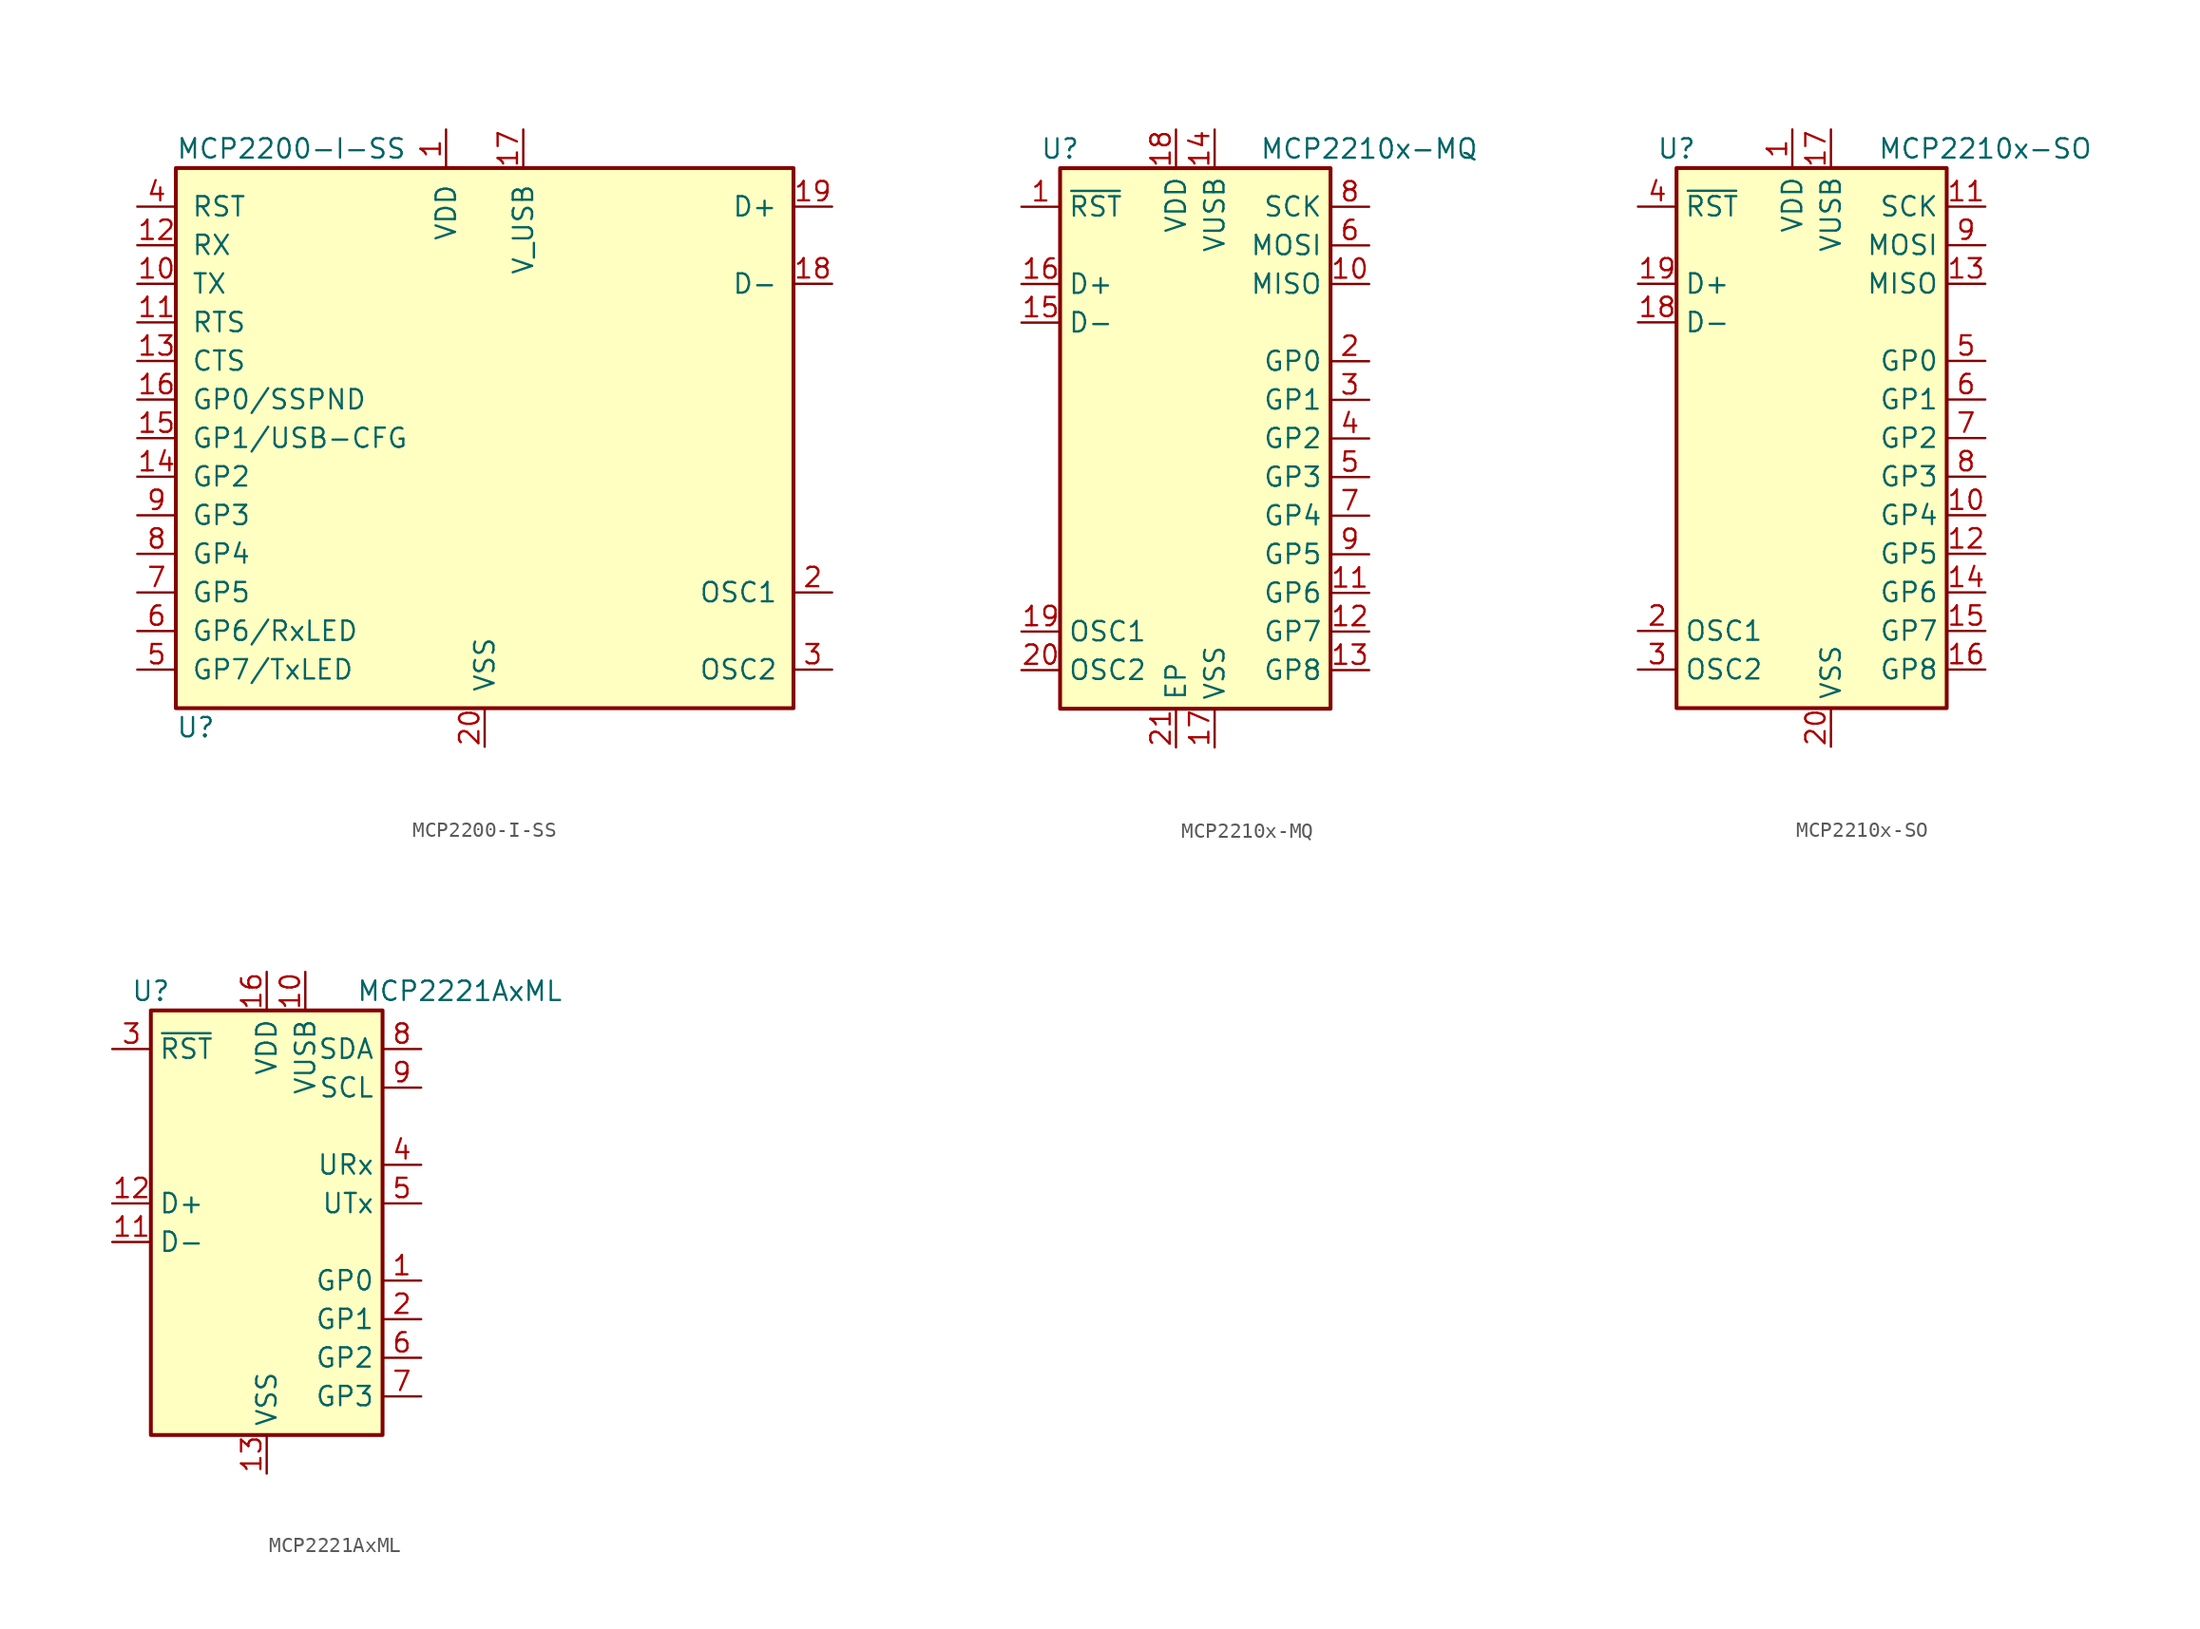
<source format=kicad_sym>
(kicad_symbol_lib
  (version 20241209)
  (generator "kicad_symbol_editor")
  (generator_version "9.0")
  (symbol "MCP2200-I-SS"
    (pin_names
      (offset 1.016))
    (property "Reference" "U"
      (at -20.32 -19.05 0)
      (effects (font (size 1.27 1.27)) (justify left)))
    (property "Value" "MCP2200-I-SS"
      (at -20.32 19.05 0)
      (effects (font (size 1.27 1.27)) (justify left)))
    (symbol "MCP2200-I-SS_0_1"
      (rectangle (start -20.32 17.78) (end 20.32 -17.78) (stroke (width 0.254) (type default)) (fill (type background))))
    (symbol "MCP2200-I-SS_1_1"
      (pin input line (at -22.86 15.24 0) (length 2.54) (name "RST" (effects (font (size 1.27 1.27)))) (number "4" (effects (font (size 1.27 1.27)))))
      (pin input line (at -22.86 12.7 0) (length 2.54) (name "RX" (effects (font (size 1.27 1.27)))) (number "12" (effects (font (size 1.27 1.27)))))
      (pin output line (at -22.86 10.16 0) (length 2.54) (name "TX" (effects (font (size 1.27 1.27)))) (number "10" (effects (font (size 1.27 1.27)))))
      (pin output line (at -22.86 7.62 0) (length 2.54) (name "RTS" (effects (font (size 1.27 1.27)))) (number "11" (effects (font (size 1.27 1.27)))))
      (pin input line (at -22.86 5.08 0) (length 2.54) (name "CTS" (effects (font (size 1.27 1.27)))) (number "13" (effects (font (size 1.27 1.27)))))
      (pin bidirectional line (at -22.86 2.54 0) (length 2.54) (name "GP0/SSPND" (effects (font (size 1.27 1.27)))) (number "16" (effects (font (size 1.27 1.27)))))
      (pin bidirectional line (at -22.86 0 0) (length 2.54) (name "GP1/USB-CFG" (effects (font (size 1.27 1.27)))) (number "15" (effects (font (size 1.27 1.27)))))
      (pin bidirectional line (at -22.86 -2.54 0) (length 2.54) (name "GP2" (effects (font (size 1.27 1.27)))) (number "14" (effects (font (size 1.27 1.27)))))
      (pin bidirectional line (at -22.86 -5.08 0) (length 2.54) (name "GP3" (effects (font (size 1.27 1.27)))) (number "9" (effects (font (size 1.27 1.27)))))
      (pin bidirectional line (at -22.86 -7.62 0) (length 2.54) (name "GP4" (effects (font (size 1.27 1.27)))) (number "8" (effects (font (size 1.27 1.27)))))
      (pin bidirectional line (at -22.86 -10.16 0) (length 2.54) (name "GP5" (effects (font (size 1.27 1.27)))) (number "7" (effects (font (size 1.27 1.27)))))
      (pin bidirectional line (at -22.86 -12.7 0) (length 2.54) (name "GP6/RxLED" (effects (font (size 1.27 1.27)))) (number "6" (effects (font (size 1.27 1.27)))))
      (pin bidirectional line (at -22.86 -15.24 0) (length 2.54) (name "GP7/TxLED" (effects (font (size 1.27 1.27)))) (number "5" (effects (font (size 1.27 1.27)))))
      (pin power_in line (at -2.54 20.32 270) (length 2.54) (name "VDD" (effects (font (size 1.27 1.27)))) (number "1" (effects (font (size 1.27 1.27)))))
      (pin power_in line (at 0 -20.32 90) (length 2.54) (name "VSS" (effects (font (size 1.27 1.27)))) (number "20" (effects (font (size 1.27 1.27)))))
      (pin power_in line (at 2.54 20.32 270) (length 2.54) (name "V_USB" (effects (font (size 1.27 1.27)))) (number "17" (effects (font (size 1.27 1.27)))))
      (pin bidirectional line (at 22.86 15.24 180) (length 2.54) (name "D+" (effects (font (size 1.27 1.27)))) (number "19" (effects (font (size 1.27 1.27)))))
      (pin bidirectional line (at 22.86 10.16 180) (length 2.54) (name "D-" (effects (font (size 1.27 1.27)))) (number "18" (effects (font (size 1.27 1.27)))))
      (pin input line (at 22.86 -10.16 180) (length 2.54) (name "OSC1" (effects (font (size 1.27 1.27)))) (number "2" (effects (font (size 1.27 1.27)))))
      (pin output line (at 22.86 -15.24 180) (length 2.54) (name "OSC2" (effects (font (size 1.27 1.27)))) (number "3" (effects (font (size 1.27 1.27)))))))
  (symbol "MCP2210x-MQ"
    (property "Reference" "U"
      (at -10.16 19.05 0)
      (effects (font (size 1.27 1.27))))
    (property "Value" "MCP2210x-MQ"
      (at 10.16 19.05 0)
      (effects (font (size 1.27 1.27))))
    (symbol "MCP2210x-MQ_0_1"
      (rectangle (start -10.16 17.78) (end 7.62 -17.78) (stroke (width 0.254) (type default)) (fill (type background))))
    (symbol "MCP2210x-MQ_1_1"
      (pin input line (at -12.7 15.24 0) (length 2.54) (name "~{RST}" (effects (font (size 1.27 1.27)))) (number "1" (effects (font (size 1.27 1.27)))))
      (pin bidirectional line (at -12.7 10.16 0) (length 2.54) (name "D+" (effects (font (size 1.27 1.27)))) (number "16" (effects (font (size 1.27 1.27)))))
      (pin bidirectional line (at -12.7 7.62 0) (length 2.54) (name "D-" (effects (font (size 1.27 1.27)))) (number "15" (effects (font (size 1.27 1.27)))))
      (pin input line (at -12.7 -12.7 0) (length 2.54) (name "OSC1" (effects (font (size 1.27 1.27)))) (number "19" (effects (font (size 1.27 1.27)))))
      (pin output line (at -12.7 -15.24 0) (length 2.54) (name "OSC2" (effects (font (size 1.27 1.27)))) (number "20" (effects (font (size 1.27 1.27)))))
      (pin power_in line (at -2.54 20.32 270) (length 2.54) (name "VDD" (effects (font (size 1.27 1.27)))) (number "18" (effects (font (size 1.27 1.27)))))
      (pin passive line (at -2.54 -20.32 90) (length 2.54) (name "EP" (effects (font (size 1.27 1.27)))) (number "21" (effects (font (size 1.27 1.27)))))
      (pin passive line (at 0 20.32 270) (length 2.54) (name "VUSB" (effects (font (size 1.27 1.27)))) (number "14" (effects (font (size 1.27 1.27)))))
      (pin power_in line (at 0 -20.32 90) (length 2.54) (name "VSS" (effects (font (size 1.27 1.27)))) (number "17" (effects (font (size 1.27 1.27)))))
      (pin output line (at 10.16 15.24 180) (length 2.54) (name "SCK" (effects (font (size 1.27 1.27)))) (number "8" (effects (font (size 1.27 1.27)))))
      (pin output line (at 10.16 12.7 180) (length 2.54) (name "MOSI" (effects (font (size 1.27 1.27)))) (number "6" (effects (font (size 1.27 1.27)))))
      (pin input line (at 10.16 10.16 180) (length 2.54) (name "MISO" (effects (font (size 1.27 1.27)))) (number "10" (effects (font (size 1.27 1.27)))))
      (pin bidirectional line (at 10.16 5.08 180) (length 2.54) (name "GP0" (effects (font (size 1.27 1.27)))) (number "2" (effects (font (size 1.27 1.27)))))
      (pin bidirectional line (at 10.16 2.54 180) (length 2.54) (name "GP1" (effects (font (size 1.27 1.27)))) (number "3" (effects (font (size 1.27 1.27)))))
      (pin bidirectional line (at 10.16 0 180) (length 2.54) (name "GP2" (effects (font (size 1.27 1.27)))) (number "4" (effects (font (size 1.27 1.27)))))
      (pin bidirectional line (at 10.16 -2.54 180) (length 2.54) (name "GP3" (effects (font (size 1.27 1.27)))) (number "5" (effects (font (size 1.27 1.27)))))
      (pin bidirectional line (at 10.16 -5.08 180) (length 2.54) (name "GP4" (effects (font (size 1.27 1.27)))) (number "7" (effects (font (size 1.27 1.27)))))
      (pin bidirectional line (at 10.16 -7.62 180) (length 2.54) (name "GP5" (effects (font (size 1.27 1.27)))) (number "9" (effects (font (size 1.27 1.27)))))
      (pin bidirectional line (at 10.16 -10.16 180) (length 2.54) (name "GP6" (effects (font (size 1.27 1.27)))) (number "11" (effects (font (size 1.27 1.27)))))
      (pin bidirectional line (at 10.16 -12.7 180) (length 2.54) (name "GP7" (effects (font (size 1.27 1.27)))) (number "12" (effects (font (size 1.27 1.27)))))
      (pin bidirectional line (at 10.16 -15.24 180) (length 2.54) (name "GP8" (effects (font (size 1.27 1.27)))) (number "13" (effects (font (size 1.27 1.27)))))))
  (symbol "MCP2210x-SO"
    (property "Reference" "U"
      (at -10.16 19.05 0)
      (effects (font (size 1.27 1.27))))
    (property "Value" "MCP2210x-SO"
      (at 10.16 19.05 0)
      (effects (font (size 1.27 1.27))))
    (symbol "MCP2210x-SO_0_1"
      (rectangle (start -10.16 17.78) (end 7.62 -17.78) (stroke (width 0.254) (type default)) (fill (type background))))
    (symbol "MCP2210x-SO_1_1"
      (pin input line (at -12.7 15.24 0) (length 2.54) (name "~{RST}" (effects (font (size 1.27 1.27)))) (number "4" (effects (font (size 1.27 1.27)))))
      (pin bidirectional line (at -12.7 10.16 0) (length 2.54) (name "D+" (effects (font (size 1.27 1.27)))) (number "19" (effects (font (size 1.27 1.27)))))
      (pin bidirectional line (at -12.7 7.62 0) (length 2.54) (name "D-" (effects (font (size 1.27 1.27)))) (number "18" (effects (font (size 1.27 1.27)))))
      (pin input line (at -12.7 -12.7 0) (length 2.54) (name "OSC1" (effects (font (size 1.27 1.27)))) (number "2" (effects (font (size 1.27 1.27)))))
      (pin output line (at -12.7 -15.24 0) (length 2.54) (name "OSC2" (effects (font (size 1.27 1.27)))) (number "3" (effects (font (size 1.27 1.27)))))
      (pin power_in line (at -2.54 20.32 270) (length 2.54) (name "VDD" (effects (font (size 1.27 1.27)))) (number "1" (effects (font (size 1.27 1.27)))))
      (pin passive line (at 0 20.32 270) (length 2.54) (name "VUSB" (effects (font (size 1.27 1.27)))) (number "17" (effects (font (size 1.27 1.27)))))
      (pin power_in line (at 0 -20.32 90) (length 2.54) (name "VSS" (effects (font (size 1.27 1.27)))) (number "20" (effects (font (size 1.27 1.27)))))
      (pin output line (at 10.16 15.24 180) (length 2.54) (name "SCK" (effects (font (size 1.27 1.27)))) (number "11" (effects (font (size 1.27 1.27)))))
      (pin output line (at 10.16 12.7 180) (length 2.54) (name "MOSI" (effects (font (size 1.27 1.27)))) (number "9" (effects (font (size 1.27 1.27)))))
      (pin input line (at 10.16 10.16 180) (length 2.54) (name "MISO" (effects (font (size 1.27 1.27)))) (number "13" (effects (font (size 1.27 1.27)))))
      (pin bidirectional line (at 10.16 5.08 180) (length 2.54) (name "GP0" (effects (font (size 1.27 1.27)))) (number "5" (effects (font (size 1.27 1.27)))))
      (pin bidirectional line (at 10.16 2.54 180) (length 2.54) (name "GP1" (effects (font (size 1.27 1.27)))) (number "6" (effects (font (size 1.27 1.27)))))
      (pin bidirectional line (at 10.16 0 180) (length 2.54) (name "GP2" (effects (font (size 1.27 1.27)))) (number "7" (effects (font (size 1.27 1.27)))))
      (pin bidirectional line (at 10.16 -2.54 180) (length 2.54) (name "GP3" (effects (font (size 1.27 1.27)))) (number "8" (effects (font (size 1.27 1.27)))))
      (pin bidirectional line (at 10.16 -5.08 180) (length 2.54) (name "GP4" (effects (font (size 1.27 1.27)))) (number "10" (effects (font (size 1.27 1.27)))))
      (pin bidirectional line (at 10.16 -7.62 180) (length 2.54) (name "GP5" (effects (font (size 1.27 1.27)))) (number "12" (effects (font (size 1.27 1.27)))))
      (pin bidirectional line (at 10.16 -10.16 180) (length 2.54) (name "GP6" (effects (font (size 1.27 1.27)))) (number "14" (effects (font (size 1.27 1.27)))))
      (pin bidirectional line (at 10.16 -12.7 180) (length 2.54) (name "GP7" (effects (font (size 1.27 1.27)))) (number "15" (effects (font (size 1.27 1.27)))))
      (pin bidirectional line (at 10.16 -15.24 180) (length 2.54) (name "GP8" (effects (font (size 1.27 1.27)))) (number "16" (effects (font (size 1.27 1.27)))))))
  (symbol "MCP2221AxML"
    (property "Reference" "U"
      (at -7.62 16.51 0)
      (effects (font (size 1.27 1.27))))
    (property "Value" "MCP2221AxML"
      (at 12.7 16.51 0)
      (effects (font (size 1.27 1.27))))
    (symbol "MCP2221AxML_0_1"
      (rectangle (start -7.62 15.24) (end 7.62 -12.7) (stroke (width 0.254) (type default)) (fill (type background))))
    (symbol "MCP2221AxML_1_1"
      (pin input line (at -10.16 12.7 0) (length 2.54) (name "~{RST}" (effects (font (size 1.27 1.27)))) (number "3" (effects (font (size 1.27 1.27)))))
      (pin bidirectional line (at -10.16 2.54 0) (length 2.54) (name "D+" (effects (font (size 1.27 1.27)))) (number "12" (effects (font (size 1.27 1.27)))))
      (pin bidirectional line (at -10.16 0 0) (length 2.54) (name "D-" (effects (font (size 1.27 1.27)))) (number "11" (effects (font (size 1.27 1.27)))))
      (pin no_connect line (at -7.62 -2.54 0) (length 2.54) (hide yes) (name "NC" (effects (font (size 1.27 1.27)))) (number "14" (effects (font (size 1.27 1.27)))))
      (pin no_connect line (at -7.62 -5.08 0) (length 2.54) (hide yes) (name "NC" (effects (font (size 1.27 1.27)))) (number "15" (effects (font (size 1.27 1.27)))))
      (pin no_connect line (at -7.62 -7.62 0) (length 2.54) (hide yes) (name "NC" (effects (font (size 1.27 1.27)))) (number "17" (effects (font (size 1.27 1.27)))))
      (pin power_in line (at 0 17.78 270) (length 2.54) (name "VDD" (effects (font (size 1.27 1.27)))) (number "16" (effects (font (size 1.27 1.27)))))
      (pin power_in line (at 0 -15.24 90) (length 2.54) (name "VSS" (effects (font (size 1.27 1.27)))) (number "13" (effects (font (size 1.27 1.27)))))
      (pin passive line (at 2.54 17.78 270) (length 2.54) (name "VUSB" (effects (font (size 1.27 1.27)))) (number "10" (effects (font (size 1.27 1.27)))))
      (pin bidirectional line (at 10.16 12.7 180) (length 2.54) (name "SDA" (effects (font (size 1.27 1.27)))) (number "8" (effects (font (size 1.27 1.27)))))
      (pin bidirectional line (at 10.16 10.16 180) (length 2.54) (name "SCL" (effects (font (size 1.27 1.27)))) (number "9" (effects (font (size 1.27 1.27)))))
      (pin input line (at 10.16 5.08 180) (length 2.54) (name "URx" (effects (font (size 1.27 1.27)))) (number "4" (effects (font (size 1.27 1.27)))))
      (pin output line (at 10.16 2.54 180) (length 2.54) (name "UTx" (effects (font (size 1.27 1.27)))) (number "5" (effects (font (size 1.27 1.27)))))
      (pin bidirectional line (at 10.16 -2.54 180) (length 2.54) (name "GP0" (effects (font (size 1.27 1.27)))) (number "1" (effects (font (size 1.27 1.27)))))
      (pin bidirectional line (at 10.16 -5.08 180) (length 2.54) (name "GP1" (effects (font (size 1.27 1.27)))) (number "2" (effects (font (size 1.27 1.27)))))
      (pin bidirectional line (at 10.16 -7.62 180) (length 2.54) (name "GP2" (effects (font (size 1.27 1.27)))) (number "6" (effects (font (size 1.27 1.27)))))
      (pin bidirectional line (at 10.16 -10.16 180) (length 2.54) (name "GP3" (effects (font (size 1.27 1.27)))) (number "7" (effects (font (size 1.27 1.27))))))))
</source>
